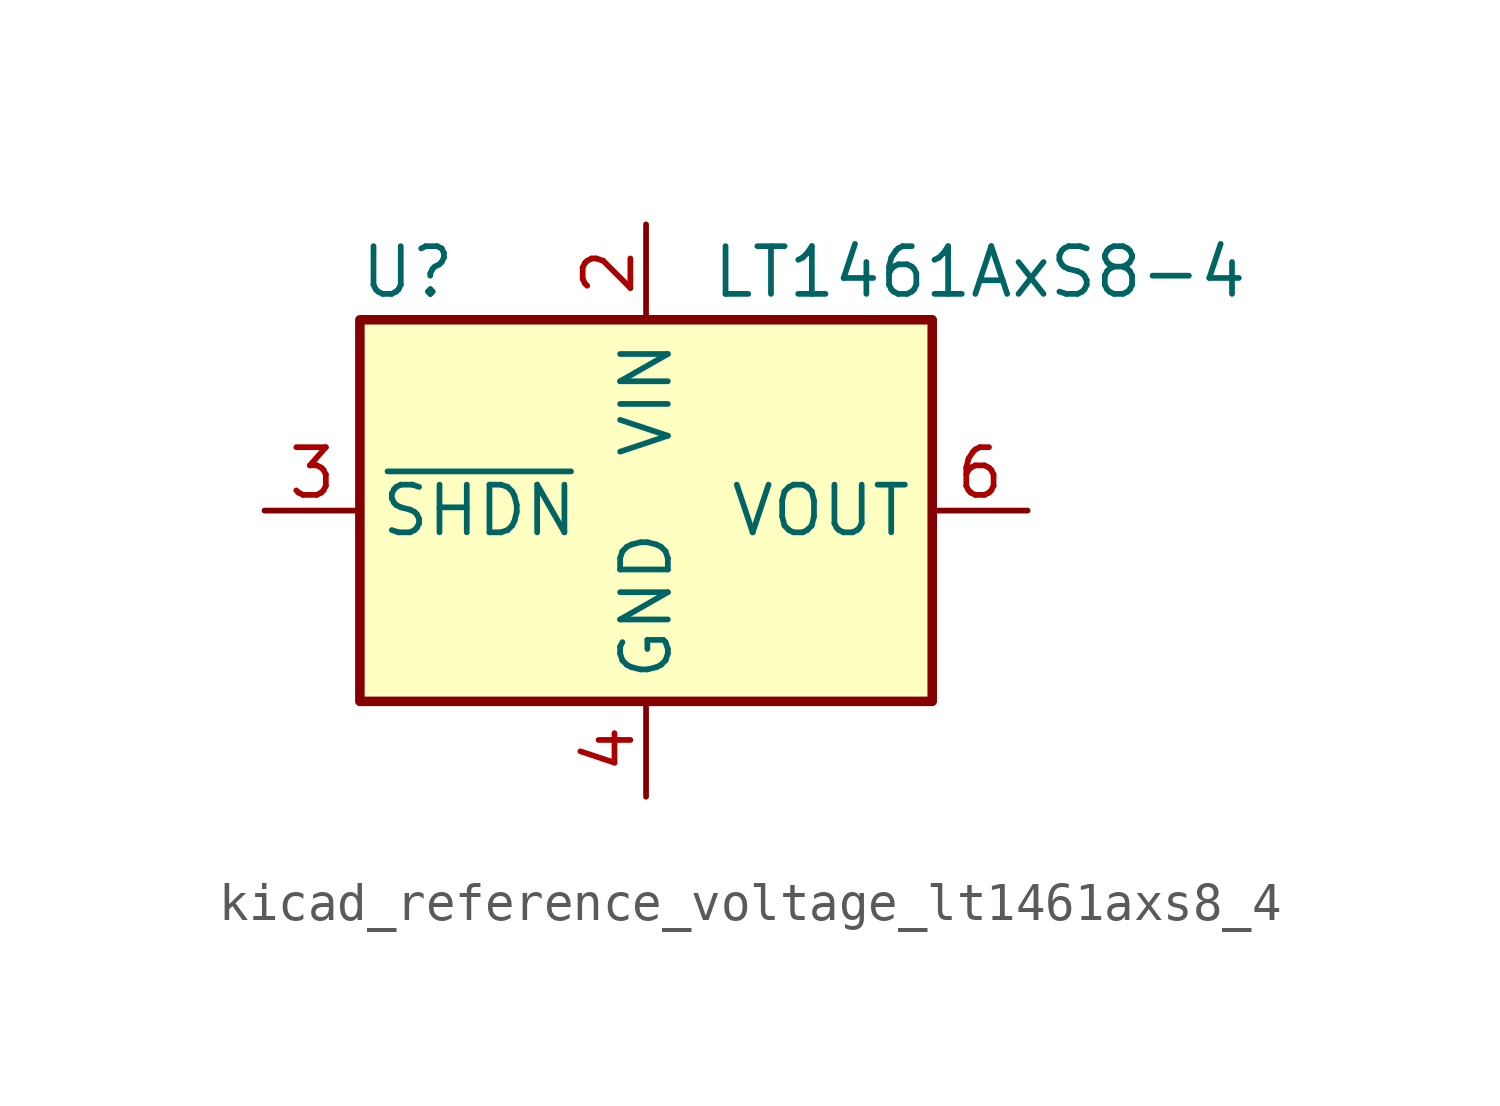
<source format=kicad_sym>
(kicad_symbol_lib
  (version 20220914)
  (generator kicad_symbol_editor)
  (symbol "kicad_reference_voltage_lt1461axs8_4"
    (property "Reference" "U"
      (at -6.35 6.35 0)
      (effects (font (size 1.27 1.27))))
    (property "Value" "LT1461AxS8-4"
      (at 8.89 6.35 0)
      (effects (font (size 1.27 1.27))))
    (symbol "kicad_reference_voltage_lt1461axs8_4_1_1"
      (rectangle (start -7.62 5.08) (end 7.62 -5.08) (stroke (width 0.254) (type default)) (fill (type background)))
      (pin no_connect line (at 7.62 -2.54 180) (length 2.54) hide (name "DNC" (effects (font (size 1.27 1.27)))) (number "1" (effects (font (size 1.27 1.27)))))
      (pin power_in line (at 0 7.62 270) (length 2.54) (name "VIN" (effects (font (size 1.27 1.27)))) (number "2" (effects (font (size 1.27 1.27)))))
      (pin input line (at -10.16 0 0) (length 2.54) (name "~{SHDN}" (effects (font (size 1.27 1.27)))) (number "3" (effects (font (size 1.27 1.27)))))
      (pin power_in line (at 0 -7.62 90) (length 2.54) (name "GND" (effects (font (size 1.27 1.27)))) (number "4" (effects (font (size 1.27 1.27)))))
      (pin no_connect line (at -7.62 -2.54 0) (length 2.54) hide (name "DNC" (effects (font (size 1.27 1.27)))) (number "5" (effects (font (size 1.27 1.27)))))
      (pin power_out line (at 10.16 0 180) (length 2.54) (name "VOUT" (effects (font (size 1.27 1.27)))) (number "6" (effects (font (size 1.27 1.27)))))
      (pin no_connect line (at -7.62 2.54 0) (length 2.54) hide (name "DNC" (effects (font (size 1.27 1.27)))) (number "7" (effects (font (size 1.27 1.27)))))
      (pin no_connect line (at 7.62 2.54 180) (length 2.54) hide (name "DNC" (effects (font (size 1.27 1.27)))) (number "8" (effects (font (size 1.27 1.27))))))))
</source>
